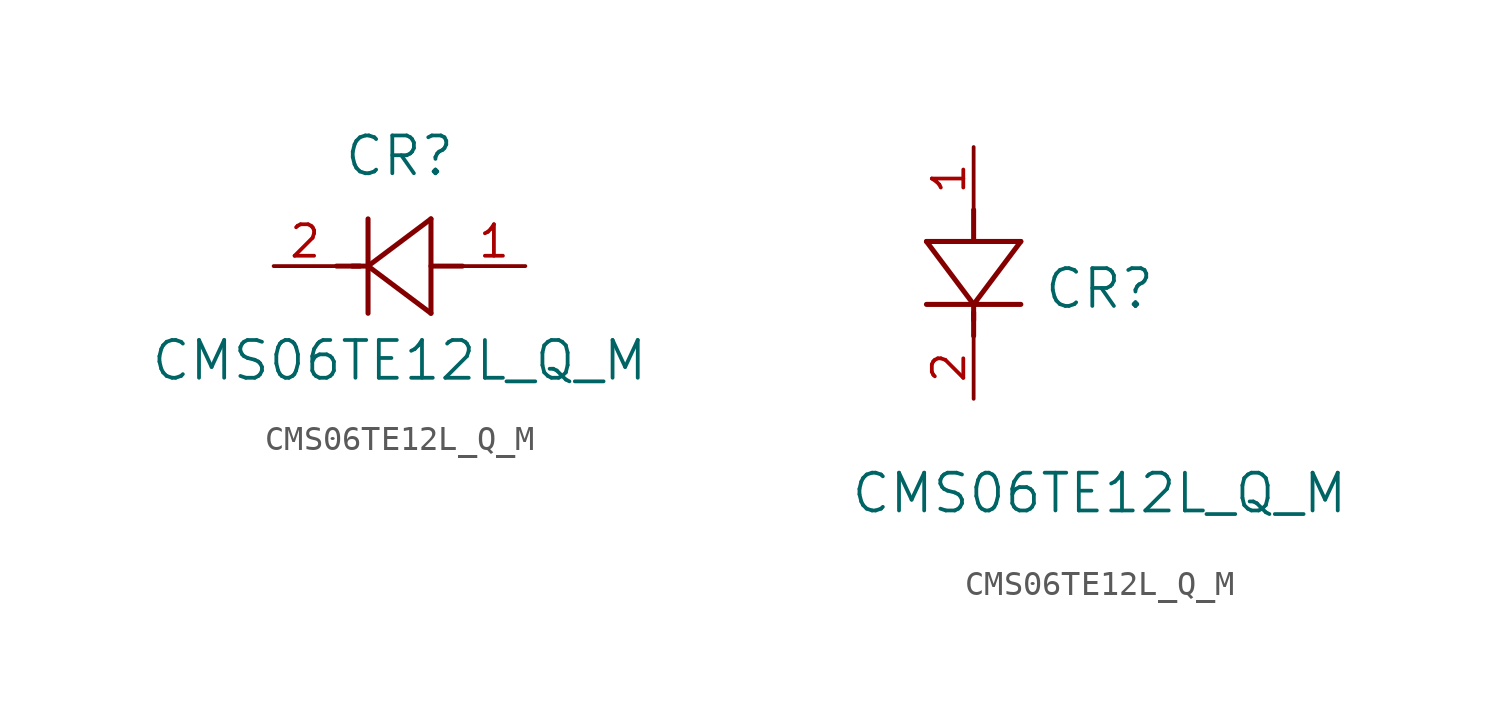
<source format=kicad_sym>
(kicad_symbol_lib
  (version 20211014)
  (generator kicad_symbol_editor)
  (symbol "CMS06TE12L_Q_M"
    (pin_names
      (offset 0.254))
    (property "Reference" "CR"
      (at 5.08 4.445 0)
      (effects (font (size 1.524 1.524))))
    (property "Value" "CMS06TE12L_Q_M"
      (at 5.08 -3.81 0)
      (effects (font (size 1.524 1.524))))
    (symbol "CMS06TE12L_Q_M_1_1"
      (polyline (pts (xy 2.54 0) (xy 3.48 0)) (stroke (width 0.203) (type default) (color 0 0 0 0)) (fill (type none)))
      (polyline (pts (xy 3.81 1.905) (xy 3.81 -1.905)) (stroke (width 0.203) (type default) (color 0 0 0 0)) (fill (type none)))
      (polyline (pts (xy 3.175 0) (xy 3.81 0)) (stroke (width 0.203) (type default) (color 0 0 0 0)) (fill (type none)))
      (polyline (pts (xy 6.35 -1.905) (xy 6.35 1.905)) (stroke (width 0.203) (type default) (color 0 0 0 0)) (fill (type none)))
      (polyline (pts (xy 6.35 0) (xy 7.62 0)) (stroke (width 0.203) (type default) (color 0 0 0 0)) (fill (type none)))
      (polyline (pts (xy 6.35 1.905) (xy 3.81 0)) (stroke (width 0.203) (type default) (color 0 0 0 0)) (fill (type none)))
      (polyline (pts (xy 3.81 0) (xy 6.35 -1.905)) (stroke (width 0.203) (type default) (color 0 0 0 0)) (fill (type none)))
      (pin unspecified line (at 0 0 0) (length 2.54) (name "" (effects (font (size 1.27 1.27)))) (number "2" (effects (font (size 1.27 1.27)))))
      (pin unspecified line (at 10.16 0 180) (length 2.54) (name "" (effects (font (size 1.27 1.27)))) (number "1" (effects (font (size 1.27 1.27))))))
    (symbol "CMS06TE12L_Q_M_1_2"
      (polyline (pts (xy 0 2.54) (xy 0 3.48)) (stroke (width 0.203) (type default) (color 0 0 0 0)) (fill (type none)))
      (polyline (pts (xy -1.905 3.81) (xy 1.905 3.81)) (stroke (width 0.203) (type default) (color 0 0 0 0)) (fill (type none)))
      (polyline (pts (xy 0 3.175) (xy 0 3.81)) (stroke (width 0.203) (type default) (color 0 0 0 0)) (fill (type none)))
      (polyline (pts (xy 1.905 6.35) (xy -1.905 6.35)) (stroke (width 0.203) (type default) (color 0 0 0 0)) (fill (type none)))
      (polyline (pts (xy 0 6.35) (xy 0 7.62)) (stroke (width 0.203) (type default) (color 0 0 0 0)) (fill (type none)))
      (polyline (pts (xy -1.905 6.35) (xy 0 3.81)) (stroke (width 0.203) (type default) (color 0 0 0 0)) (fill (type none)))
      (polyline (pts (xy 1.905 6.35) (xy 0 3.81)) (stroke (width 0.203) (type default) (color 0 0 0 0)) (fill (type none)))
      (pin unspecified line (at 0 0 90) (length 2.54) (name "" (effects (font (size 1.27 1.27)))) (number "2" (effects (font (size 1.27 1.27)))))
      (pin unspecified line (at 0 10.16 270) (length 2.54) (name "" (effects (font (size 1.27 1.27)))) (number "1" (effects (font (size 1.27 1.27))))))))
</source>
